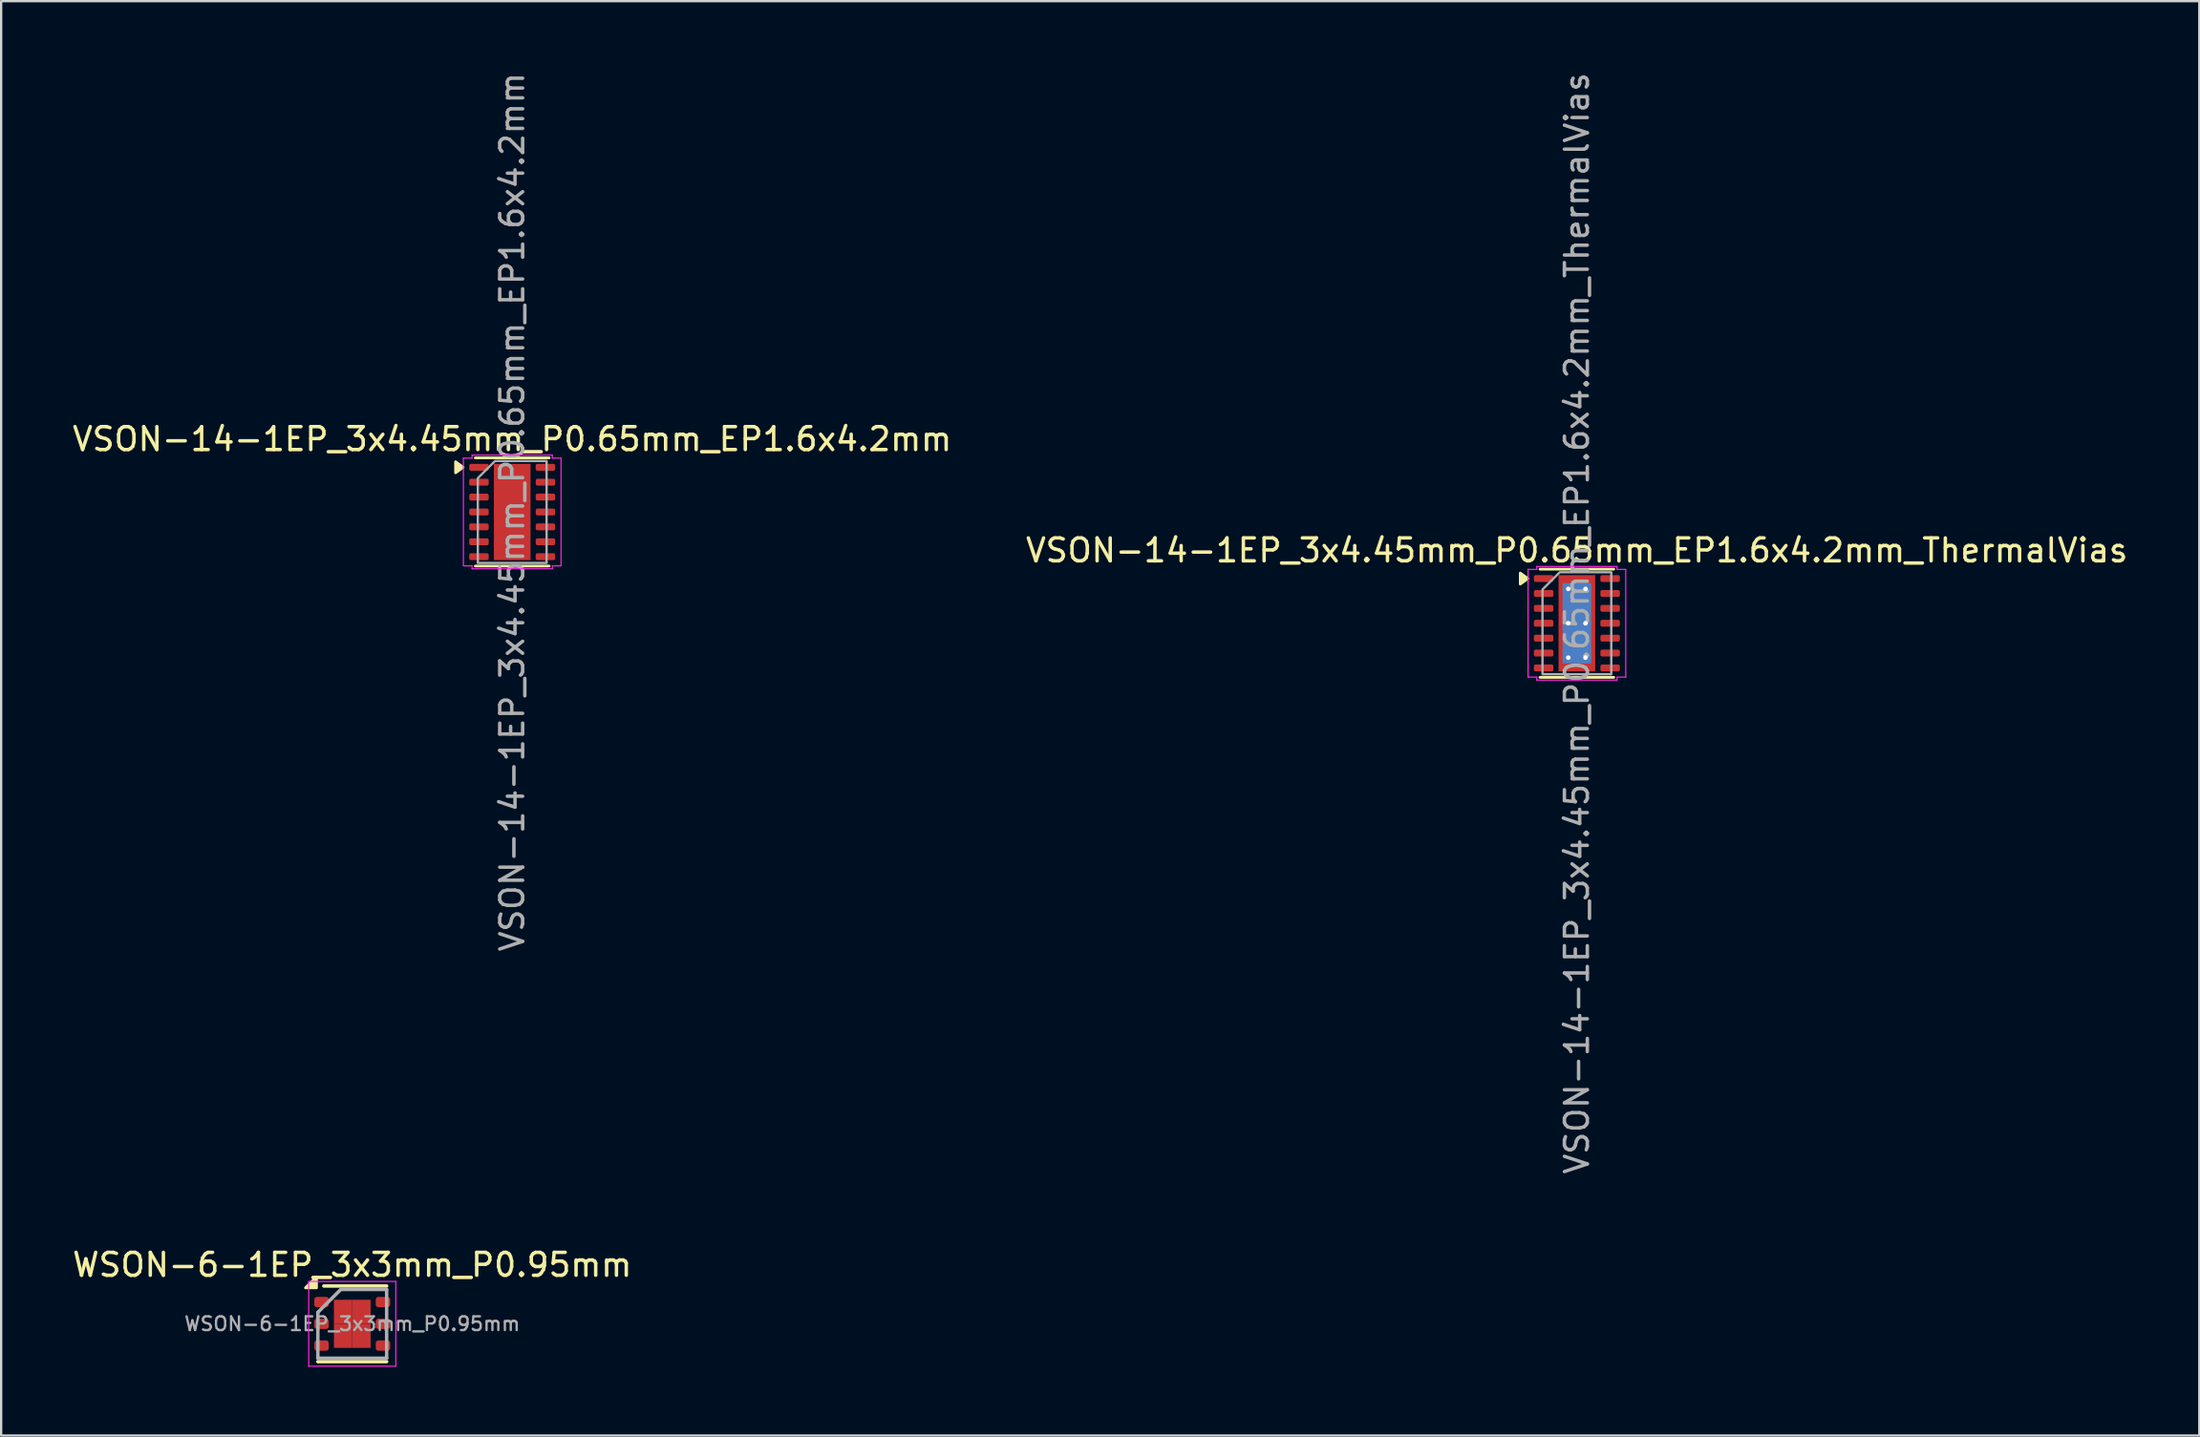
<source format=kicad_pcb>
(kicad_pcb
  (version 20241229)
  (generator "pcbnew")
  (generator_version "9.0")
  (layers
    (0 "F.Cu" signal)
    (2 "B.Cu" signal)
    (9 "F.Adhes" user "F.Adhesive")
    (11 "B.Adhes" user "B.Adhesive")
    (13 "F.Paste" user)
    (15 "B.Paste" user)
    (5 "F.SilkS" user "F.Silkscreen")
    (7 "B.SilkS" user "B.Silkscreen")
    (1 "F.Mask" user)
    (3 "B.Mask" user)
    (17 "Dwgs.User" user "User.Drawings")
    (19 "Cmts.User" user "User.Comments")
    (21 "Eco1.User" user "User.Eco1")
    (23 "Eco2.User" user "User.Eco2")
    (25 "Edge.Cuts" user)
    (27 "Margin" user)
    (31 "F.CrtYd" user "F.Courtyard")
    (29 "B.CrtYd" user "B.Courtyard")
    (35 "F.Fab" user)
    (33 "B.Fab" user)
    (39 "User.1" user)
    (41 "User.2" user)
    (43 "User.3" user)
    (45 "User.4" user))
  (footprint "VSON-14-1EP_3x4.45mm_P0.65mm_EP1.6x4.2mm"
    (layer "F.Cu")
    (at 19.292 19.292)
    (property "Reference" "VSON-14-1EP_3x4.45mm_P0.65mm_EP1.6x4.2mm" (at 0 -3.18 0) (layer "F.SilkS") (effects (font (size 1 1) (thickness 0.15))))
    (attr smd)
    (fp_line (start -1.61 -2.36) (end 1.61 -2.36) (stroke (width 0.12) (type solid)) (layer "F.SilkS"))
    (fp_line (start 1.61 2.36) (end -1.61 2.36) (stroke (width 0.12) (type solid)) (layer "F.SilkS"))
    (fp_poly (pts (xy -2.14 -1.95) (xy -2.47 -1.71) (xy -2.47 -2.19)) (stroke (width 0.12) (type solid)) (fill yes) (layer "F.SilkS"))
    (fp_line (start -2.13 -2.35) (end -1.75 -2.35) (stroke (width 0.05) (type solid)) (layer "F.CrtYd"))
    (fp_line (start -2.13 2.35) (end -2.13 -2.35) (stroke (width 0.05) (type solid)) (layer "F.CrtYd"))
    (fp_line (start -1.75 -2.48) (end 1.75 -2.48) (stroke (width 0.05) (type solid)) (layer "F.CrtYd"))
    (fp_line (start -1.75 -2.35) (end -1.75 -2.48) (stroke (width 0.05) (type solid)) (layer "F.CrtYd"))
    (fp_line (start -1.75 2.35) (end -2.13 2.35) (stroke (width 0.05) (type solid)) (layer "F.CrtYd"))
    (fp_line (start -1.75 2.48) (end -1.75 2.35) (stroke (width 0.05) (type solid)) (layer "F.CrtYd"))
    (fp_line (start 1.75 -2.48) (end 1.75 -2.35) (stroke (width 0.05) (type solid)) (layer "F.CrtYd"))
    (fp_line (start 1.75 -2.35) (end 2.13 -2.35) (stroke (width 0.05) (type solid)) (layer "F.CrtYd"))
    (fp_line (start 1.75 2.35) (end 1.75 2.48) (stroke (width 0.05) (type solid)) (layer "F.CrtYd"))
    (fp_line (start 1.75 2.48) (end -1.75 2.48) (stroke (width 0.05) (type solid)) (layer "F.CrtYd"))
    (fp_line (start 2.13 -2.35) (end 2.13 2.35) (stroke (width 0.05) (type solid)) (layer "F.CrtYd"))
    (fp_line (start 2.13 2.35) (end 1.75 2.35) (stroke (width 0.05) (type solid)) (layer "F.CrtYd"))
    (fp_poly (pts (xy -1.5 -1.475) (xy -1.5 2.225) (xy 1.5 2.225) (xy 1.5 -2.225) (xy -0.75 -2.225)) (stroke (width 0.1) (type solid)) (fill no) (layer "F.Fab"))
    (fp_text user "${REFERENCE}" (at 0 0 90) (layer "F.Fab") (effects (font (size 1 1) (thickness 0.15))))
    (pad "" smd roundrect (at 0 -1.05) (size 1.29 1.69) (layers "F.Paste") (roundrect_rratio 0.194))
    (pad "" smd roundrect (at 0 1.05) (size 1.29 1.69) (layers "F.Paste") (roundrect_rratio 0.194))
    (pad "1" smd roundrect (at -1.45 -1.95) (size 0.85 0.3) (layers "F.Cu" "F.Mask" "F.Paste") (roundrect_rratio 0.25))
    (pad "2" smd roundrect (at -1.45 -1.3) (size 0.85 0.3) (layers "F.Cu" "F.Mask" "F.Paste") (roundrect_rratio 0.25))
    (pad "3" smd roundrect (at -1.45 -0.65) (size 0.85 0.3) (layers "F.Cu" "F.Mask" "F.Paste") (roundrect_rratio 0.25))
    (pad "4" smd roundrect (at -1.45 0) (size 0.85 0.3) (layers "F.Cu" "F.Mask" "F.Paste") (roundrect_rratio 0.25))
    (pad "5" smd roundrect (at -1.45 0.65) (size 0.85 0.3) (layers "F.Cu" "F.Mask" "F.Paste") (roundrect_rratio 0.25))
    (pad "6" smd roundrect (at -1.45 1.3) (size 0.85 0.3) (layers "F.Cu" "F.Mask" "F.Paste") (roundrect_rratio 0.25))
    (pad "7" smd roundrect (at -1.45 1.95) (size 0.85 0.3) (layers "F.Cu" "F.Mask" "F.Paste") (roundrect_rratio 0.25))
    (pad "8" smd roundrect (at 1.45 1.95) (size 0.85 0.3) (layers "F.Cu" "F.Mask" "F.Paste") (roundrect_rratio 0.25))
    (pad "9" smd roundrect (at 1.45 1.3) (size 0.85 0.3) (layers "F.Cu" "F.Mask" "F.Paste") (roundrect_rratio 0.25))
    (pad "10" smd roundrect (at 1.45 0.65) (size 0.85 0.3) (layers "F.Cu" "F.Mask" "F.Paste") (roundrect_rratio 0.25))
    (pad "11" smd roundrect (at 1.45 0) (size 0.85 0.3) (layers "F.Cu" "F.Mask" "F.Paste") (roundrect_rratio 0.25))
    (pad "12" smd roundrect (at 1.45 -0.65) (size 0.85 0.3) (layers "F.Cu" "F.Mask" "F.Paste") (roundrect_rratio 0.25))
    (pad "13" smd roundrect (at 1.45 -1.3) (size 0.85 0.3) (layers "F.Cu" "F.Mask" "F.Paste") (roundrect_rratio 0.25))
    (pad "14" smd roundrect (at 1.45 -1.95) (size 0.85 0.3) (layers "F.Cu" "F.Mask" "F.Paste") (roundrect_rratio 0.25))
    (pad "15" smd rect (at 0 0) (size 1.6 4.2) (property pad_prop_heatsink) (layers "F.Cu" "F.Mask")))
  (footprint "WSON-6-1EP_3x3mm_P0.95mm"
    (layer "F.Cu")
    (at 12.315 54.721)
    (property "Reference" "WSON-6-1EP_3x3mm_P0.95mm" (at 0 -2.575 0) (layer "F.SilkS") (effects (font (size 1 1) (thickness 0.15))))
    (attr smd)
    (fp_line (start -1.5 1.65) (end 1.5 1.65) (stroke (width 0.15) (type solid)) (layer "F.SilkS"))
    (fp_line (start -1.24 -1.65) (end 1.5 -1.65) (stroke (width 0.15) (type solid)) (layer "F.SilkS"))
    (fp_poly (pts (xy -1.56 -1.57) (xy -2.04 -1.57) (xy -1.56 -2.05) (xy -1.56 -1.57)) (stroke (width 0.12) (type solid)) (fill yes) (layer "F.SilkS"))
    (fp_line (start -1.9 -1.85) (end -1.9 1.85) (stroke (width 0.05) (type solid)) (layer "F.CrtYd"))
    (fp_line (start -1.9 -1.85) (end 1.9 -1.85) (stroke (width 0.05) (type solid)) (layer "F.CrtYd"))
    (fp_line (start -1.9 1.85) (end 1.9 1.85) (stroke (width 0.05) (type solid)) (layer "F.CrtYd"))
    (fp_line (start 1.9 -1.85) (end 1.9 1.85) (stroke (width 0.05) (type solid)) (layer "F.CrtYd"))
    (fp_line (start -1.5 -0.5) (end -0.5 -1.5) (stroke (width 0.15) (type solid)) (layer "F.Fab"))
    (fp_line (start -1.5 1.5) (end -1.5 -0.5) (stroke (width 0.15) (type solid)) (layer "F.Fab"))
    (fp_line (start -0.5 -1.5) (end 1.5 -1.5) (stroke (width 0.15) (type solid)) (layer "F.Fab"))
    (fp_line (start 1.5 -1.5) (end 1.5 1.5) (stroke (width 0.15) (type solid)) (layer "F.Fab"))
    (fp_line (start 1.5 1.5) (end -1.5 1.5) (stroke (width 0.15) (type solid)) (layer "F.Fab"))
    (fp_text user "${REFERENCE}" (at 0 0 0) (layer "F.Fab") (effects (font (size 0.6 0.6) (thickness 0.1))))
    (pad "1" smd roundrect (at -1.34 -0.95) (size 0.63 0.45) (layers "F.Cu" "F.Mask" "F.Paste") (roundrect_rratio 0.25))
    (pad "2" smd roundrect (at -1.34 0) (size 0.63 0.45) (layers "F.Cu" "F.Mask" "F.Paste") (roundrect_rratio 0.25))
    (pad "3" smd roundrect (at -1.34 0.95) (size 0.63 0.45) (layers "F.Cu" "F.Mask" "F.Paste") (roundrect_rratio 0.25))
    (pad "4" smd roundrect (at 1.34 0.95) (size 0.63 0.45) (layers "F.Cu" "F.Mask" "F.Paste") (roundrect_rratio 0.25))
    (pad "5" smd roundrect (at 1.34 0) (size 0.63 0.45) (layers "F.Cu" "F.Mask" "F.Paste") (roundrect_rratio 0.25))
    (pad "6" smd roundrect (at 1.34 -0.95) (size 0.63 0.45) (layers "F.Cu" "F.Mask" "F.Paste") (roundrect_rratio 0.25))
    (pad "7" smd rect (at -0.4 -0.525) (size 0.8 1.05) (layers "F.Cu" "F.Mask" "F.Paste"))
    (pad "7" smd rect (at -0.4 0.525) (size 0.8 1.05) (layers "F.Cu" "F.Mask" "F.Paste"))
    (pad "7" smd rect (at 0.4 -0.525) (size 0.8 1.05) (layers "F.Cu" "F.Mask" "F.Paste"))
    (pad "7" smd rect (at 0.4 0.525) (size 0.8 1.05) (layers "F.Cu" "F.Mask" "F.Paste")))
  (footprint "VSON-14-1EP_3x4.45mm_P0.65mm_EP1.6x4.2mm_ThermalVias"
    (layer "F.Cu")
    (at 65.732 24.149)
    (property "Reference" "VSON-14-1EP_3x4.45mm_P0.65mm_EP1.6x4.2mm_ThermalVias" (at 0 -3.18 0) (layer "F.SilkS") (effects (font (size 1 1) (thickness 0.15))))
    (attr smd)
    (fp_line (start -1.61 -2.36) (end 1.61 -2.36) (stroke (width 0.12) (type solid)) (layer "F.SilkS"))
    (fp_line (start 1.61 2.36) (end -1.61 2.36) (stroke (width 0.12) (type solid)) (layer "F.SilkS"))
    (fp_poly (pts (xy -2.14 -1.95) (xy -2.47 -1.71) (xy -2.47 -2.19)) (stroke (width 0.12) (type solid)) (fill yes) (layer "F.SilkS"))
    (fp_line (start -2.13 -2.35) (end -1.75 -2.35) (stroke (width 0.05) (type solid)) (layer "F.CrtYd"))
    (fp_line (start -2.13 2.35) (end -2.13 -2.35) (stroke (width 0.05) (type solid)) (layer "F.CrtYd"))
    (fp_line (start -1.75 -2.48) (end 1.75 -2.48) (stroke (width 0.05) (type solid)) (layer "F.CrtYd"))
    (fp_line (start -1.75 -2.35) (end -1.75 -2.48) (stroke (width 0.05) (type solid)) (layer "F.CrtYd"))
    (fp_line (start -1.75 2.35) (end -2.13 2.35) (stroke (width 0.05) (type solid)) (layer "F.CrtYd"))
    (fp_line (start -1.75 2.48) (end -1.75 2.35) (stroke (width 0.05) (type solid)) (layer "F.CrtYd"))
    (fp_line (start 1.75 -2.48) (end 1.75 -2.35) (stroke (width 0.05) (type solid)) (layer "F.CrtYd"))
    (fp_line (start 1.75 -2.35) (end 2.13 -2.35) (stroke (width 0.05) (type solid)) (layer "F.CrtYd"))
    (fp_line (start 1.75 2.35) (end 1.75 2.48) (stroke (width 0.05) (type solid)) (layer "F.CrtYd"))
    (fp_line (start 1.75 2.48) (end -1.75 2.48) (stroke (width 0.05) (type solid)) (layer "F.CrtYd"))
    (fp_line (start 2.13 -2.35) (end 2.13 2.35) (stroke (width 0.05) (type solid)) (layer "F.CrtYd"))
    (fp_line (start 2.13 2.35) (end 1.75 2.35) (stroke (width 0.05) (type solid)) (layer "F.CrtYd"))
    (fp_poly (pts (xy -1.5 -1.475) (xy -1.5 2.225) (xy 1.5 2.225) (xy 1.5 -2.225) (xy -0.75 -2.225)) (stroke (width 0.1) (type solid)) (fill no) (layer "F.Fab"))
    (fp_text user "${REFERENCE}" (at 0 0 90) (layer "F.Fab") (effects (font (size 1 1) (thickness 0.15))))
    (pad "" smd roundrect (at 0 -1.05) (size 1.29 1.69) (layers "F.Paste") (roundrect_rratio 0.194))
    (pad "" smd roundrect (at 0 1.05) (size 1.29 1.69) (layers "F.Paste") (roundrect_rratio 0.194))
    (pad "1" smd roundrect (at -1.45 -1.95) (size 0.85 0.3) (layers "F.Cu" "F.Mask" "F.Paste") (roundrect_rratio 0.25))
    (pad "2" smd roundrect (at -1.45 -1.3) (size 0.85 0.3) (layers "F.Cu" "F.Mask" "F.Paste") (roundrect_rratio 0.25))
    (pad "3" smd roundrect (at -1.45 -0.65) (size 0.85 0.3) (layers "F.Cu" "F.Mask" "F.Paste") (roundrect_rratio 0.25))
    (pad "4" smd roundrect (at -1.45 0) (size 0.85 0.3) (layers "F.Cu" "F.Mask" "F.Paste") (roundrect_rratio 0.25))
    (pad "5" smd roundrect (at -1.45 0.65) (size 0.85 0.3) (layers "F.Cu" "F.Mask" "F.Paste") (roundrect_rratio 0.25))
    (pad "6" smd roundrect (at -1.45 1.3) (size 0.85 0.3) (layers "F.Cu" "F.Mask" "F.Paste") (roundrect_rratio 0.25))
    (pad "7" smd roundrect (at -1.45 1.95) (size 0.85 0.3) (layers "F.Cu" "F.Mask" "F.Paste") (roundrect_rratio 0.25))
    (pad "8" smd roundrect (at 1.45 1.95) (size 0.85 0.3) (layers "F.Cu" "F.Mask" "F.Paste") (roundrect_rratio 0.25))
    (pad "9" smd roundrect (at 1.45 1.3) (size 0.85 0.3) (layers "F.Cu" "F.Mask" "F.Paste") (roundrect_rratio 0.25))
    (pad "10" smd roundrect (at 1.45 0.65) (size 0.85 0.3) (layers "F.Cu" "F.Mask" "F.Paste") (roundrect_rratio 0.25))
    (pad "11" smd roundrect (at 1.45 0) (size 0.85 0.3) (layers "F.Cu" "F.Mask" "F.Paste") (roundrect_rratio 0.25))
    (pad "12" smd roundrect (at 1.45 -0.65) (size 0.85 0.3) (layers "F.Cu" "F.Mask" "F.Paste") (roundrect_rratio 0.25))
    (pad "13" smd roundrect (at 1.45 -1.3) (size 0.85 0.3) (layers "F.Cu" "F.Mask" "F.Paste") (roundrect_rratio 0.25))
    (pad "14" smd roundrect (at 1.45 -1.95) (size 0.85 0.3) (layers "F.Cu" "F.Mask" "F.Paste") (roundrect_rratio 0.25))
    (pad "15" thru_hole circle (at -0.375 -1.5) (size 0.5 0.5) (drill 0.2) (property pad_prop_heatsink) (layers "*.Cu"))
    (pad "15" thru_hole circle (at -0.375 0) (size 0.5 0.5) (drill 0.2) (property pad_prop_heatsink) (layers "*.Cu"))
    (pad "15" thru_hole circle (at -0.375 1.5) (size 0.5 0.5) (drill 0.2) (property pad_prop_heatsink) (layers "*.Cu"))
    (pad "15" smd rect (at 0 0) (size 1.25 3.5) (property pad_prop_heatsink) (layers "B.Cu"))
    (pad "15" smd rect (at 0 0) (size 1.6 4.2) (property pad_prop_heatsink) (layers "F.Cu" "F.Mask"))
    (pad "15" thru_hole circle (at 0.375 -1.5) (size 0.5 0.5) (drill 0.2) (property pad_prop_heatsink) (layers "*.Cu"))
    (pad "15" thru_hole circle (at 0.375 0) (size 0.5 0.5) (drill 0.2) (property pad_prop_heatsink) (layers "*.Cu"))
    (pad "15" thru_hole circle (at 0.375 1.5) (size 0.5 0.5) (drill 0.2) (property pad_prop_heatsink) (layers "*.Cu")))
  (gr_rect
    (start -3 -3)
    (end 92.881 59.596)
    (stroke (width 0.1) (type default))
    (fill no)
    (layer "Edge.Cuts")))
</source>
